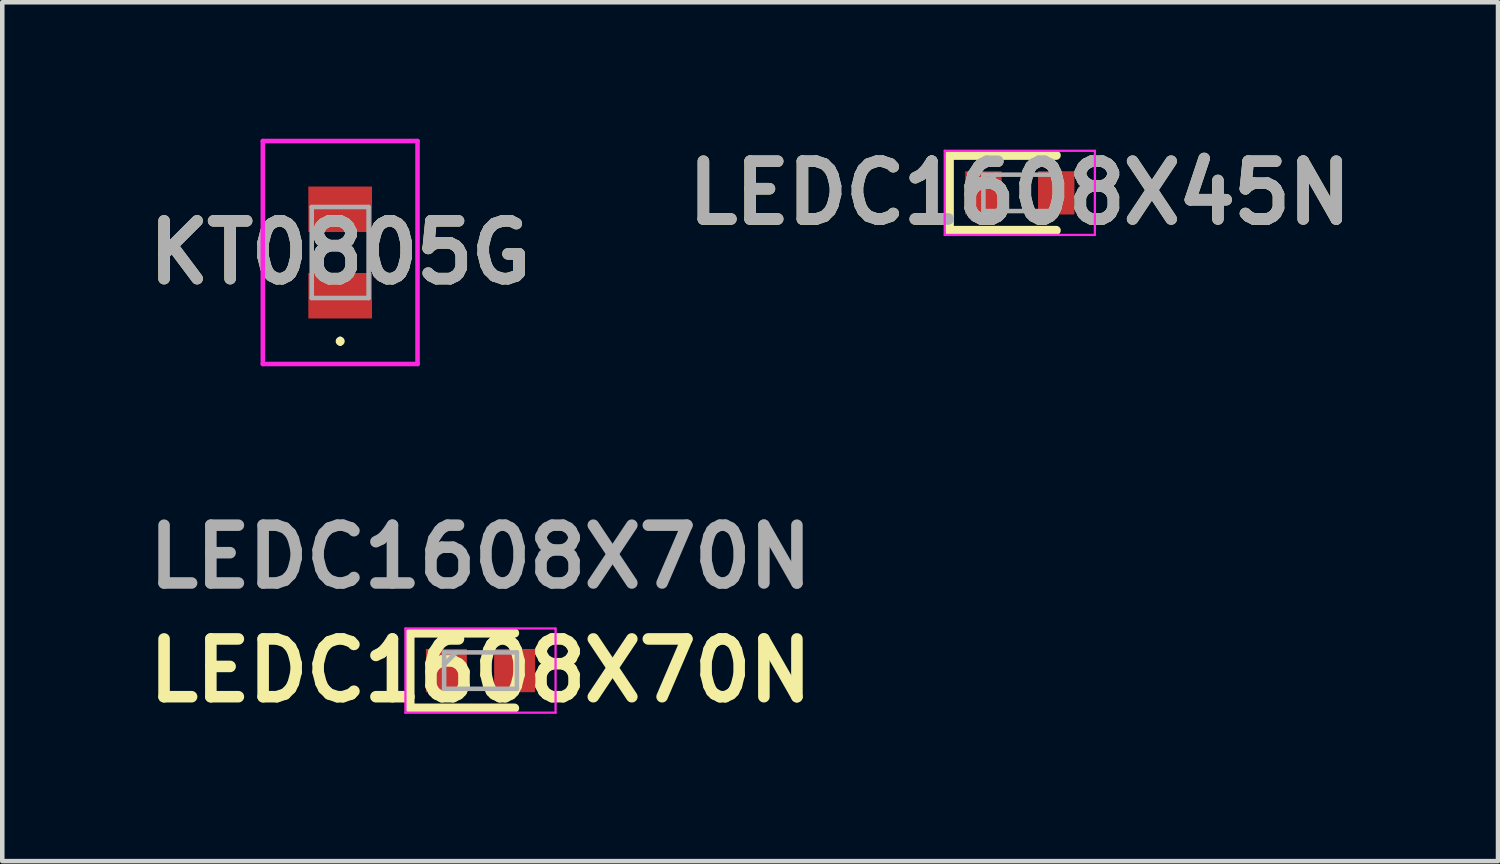
<source format=kicad_pcb>
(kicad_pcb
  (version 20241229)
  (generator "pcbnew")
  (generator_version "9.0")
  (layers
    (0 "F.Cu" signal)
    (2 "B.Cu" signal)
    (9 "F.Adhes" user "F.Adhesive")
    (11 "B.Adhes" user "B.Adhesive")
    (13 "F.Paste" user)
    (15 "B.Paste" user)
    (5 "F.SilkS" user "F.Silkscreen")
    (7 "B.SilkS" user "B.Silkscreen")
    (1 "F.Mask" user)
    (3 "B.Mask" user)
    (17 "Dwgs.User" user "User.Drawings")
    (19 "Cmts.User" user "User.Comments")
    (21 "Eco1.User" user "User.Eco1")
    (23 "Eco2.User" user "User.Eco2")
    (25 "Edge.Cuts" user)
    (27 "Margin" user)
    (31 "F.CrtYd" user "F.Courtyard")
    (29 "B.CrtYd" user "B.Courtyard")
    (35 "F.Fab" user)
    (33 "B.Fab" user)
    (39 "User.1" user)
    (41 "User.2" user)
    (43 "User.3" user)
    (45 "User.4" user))
  (footprint "LEDC1608X70N"
    (layer "F.Cu")
    (at 7.511 11.689)
    (property "Reference" "LEDC1608X70N" (at 0 0 0) (layer "F.SilkS") (effects (font (size 1.27 1.27) (thickness 0.254))))
    (attr smd)
    (fp_line (start -1.55 -0.825) (end -1.55 0.825) (stroke (width 0.2) (type solid)) (layer "F.SilkS"))
    (fp_line (start -1.55 0.825) (end 0.75 0.825) (stroke (width 0.2) (type solid)) (layer "F.SilkS"))
    (fp_line (start 0.75 -0.825) (end -1.55 -0.825) (stroke (width 0.2) (type solid)) (layer "F.SilkS"))
    (fp_line (start -1.65 -0.925) (end 1.65 -0.925) (stroke (width 0.05) (type solid)) (layer "F.CrtYd"))
    (fp_line (start -1.65 0.925) (end -1.65 -0.925) (stroke (width 0.05) (type solid)) (layer "F.CrtYd"))
    (fp_line (start 1.65 -0.925) (end 1.65 0.925) (stroke (width 0.05) (type solid)) (layer "F.CrtYd"))
    (fp_line (start 1.65 0.925) (end -1.65 0.925) (stroke (width 0.05) (type solid)) (layer "F.CrtYd"))
    (fp_line (start -0.8 -0.4) (end 0.8 -0.4) (stroke (width 0.1) (type solid)) (layer "F.Fab"))
    (fp_line (start -0.8 -0.133) (end -0.533 -0.4) (stroke (width 0.1) (type solid)) (layer "F.Fab"))
    (fp_line (start -0.8 0.4) (end -0.8 -0.4) (stroke (width 0.1) (type solid)) (layer "F.Fab"))
    (fp_line (start 0.8 -0.4) (end 0.8 0.4) (stroke (width 0.1) (type solid)) (layer "F.Fab"))
    (fp_line (start 0.8 0.4) (end -0.8 0.4) (stroke (width 0.1) (type solid)) (layer "F.Fab"))
    (fp_text user "${REFERENCE}" (at 0 -2.5 0) (layer "F.Fab") (effects (font (size 1.27 1.27) (thickness 0.254))))
    (pad "1" smd rect (at -0.75 0) (size 0.9 0.95) (layers "F.Cu" "F.Mask" "F.Paste"))
    (pad "2" smd rect (at 0.75 0) (size 0.9 0.95) (layers "F.Cu" "F.Mask" "F.Paste")))
  (footprint "KT0805G"
    (layer "F.Cu")
    (at 4.427 2.5)
    (property "Reference" "KT0805G" (at 0 0 0) (layer "F.SilkS") (effects (font (size 1.27 1.27) (thickness 0.254))))
    (attr smd)
    (fp_line (start 0 1.9) (end 0 1.9) (stroke (width 0.1) (type solid)) (layer "F.SilkS"))
    (fp_line (start 0 2) (end 0 2) (stroke (width 0.1) (type solid)) (layer "F.SilkS"))
    (fp_arc (start 0 1.9) (mid 0.05 1.95) (end 0 2) (stroke (width 0.1) (type solid)) (layer "F.SilkS"))
    (fp_arc (start 0 2) (mid -0.05 1.95) (end 0 1.9) (stroke (width 0.1) (type solid)) (layer "F.SilkS"))
    (fp_line (start -1.7 -2.45) (end 1.7 -2.45) (stroke (width 0.1) (type solid)) (layer "F.CrtYd"))
    (fp_line (start -1.7 2.45) (end -1.7 -2.45) (stroke (width 0.1) (type solid)) (layer "F.CrtYd"))
    (fp_line (start 1.7 -2.45) (end 1.7 2.45) (stroke (width 0.1) (type solid)) (layer "F.CrtYd"))
    (fp_line (start 1.7 2.45) (end -1.7 2.45) (stroke (width 0.1) (type solid)) (layer "F.CrtYd"))
    (fp_line (start -0.625 -1) (end 0.625 -1) (stroke (width 0.1) (type solid)) (layer "F.Fab"))
    (fp_line (start -0.625 1) (end -0.625 -1) (stroke (width 0.1) (type solid)) (layer "F.Fab"))
    (fp_line (start 0.625 -1) (end 0.625 1) (stroke (width 0.1) (type solid)) (layer "F.Fab"))
    (fp_line (start 0.625 1) (end -0.625 1) (stroke (width 0.1) (type solid)) (layer "F.Fab"))
    (fp_text user "${REFERENCE}" (at 0 0 0) (layer "F.Fab") (effects (font (size 1.27 1.27) (thickness 0.254))))
    (pad "1" smd rect (at 0 0.95 90) (size 1 1.4) (layers "F.Cu" "F.Mask" "F.Paste"))
    (pad "2" smd rect (at 0 -0.95 90) (size 1 1.4) (layers "F.Cu" "F.Mask" "F.Paste")))
  (footprint "LEDC1608X45N"
    (layer "F.Cu")
    (at 19.365 1.189)
    (property "Reference" "LEDC1608X45N" (at 0 0 0) (layer "F.SilkS") (effects (font (size 1.27 1.27) (thickness 0.254))))
    (attr smd)
    (fp_line (start -1.55 -0.825) (end -1.55 0.825) (stroke (width 0.2) (type solid)) (layer "F.SilkS"))
    (fp_line (start -1.55 0.825) (end 0.8 0.825) (stroke (width 0.2) (type solid)) (layer "F.SilkS"))
    (fp_line (start 0.8 -0.825) (end -1.55 -0.825) (stroke (width 0.2) (type solid)) (layer "F.SilkS"))
    (fp_line (start -1.65 -0.925) (end 1.65 -0.925) (stroke (width 0.05) (type solid)) (layer "F.CrtYd"))
    (fp_line (start -1.65 0.925) (end -1.65 -0.925) (stroke (width 0.05) (type solid)) (layer "F.CrtYd"))
    (fp_line (start 1.65 -0.925) (end 1.65 0.925) (stroke (width 0.05) (type solid)) (layer "F.CrtYd"))
    (fp_line (start 1.65 0.925) (end -1.65 0.925) (stroke (width 0.05) (type solid)) (layer "F.CrtYd"))
    (fp_line (start -0.8 -0.4) (end 0.8 -0.4) (stroke (width 0.1) (type solid)) (layer "F.Fab"))
    (fp_line (start -0.8 -0.133) (end -0.533 -0.4) (stroke (width 0.1) (type solid)) (layer "F.Fab"))
    (fp_line (start -0.8 0.4) (end -0.8 -0.4) (stroke (width 0.1) (type solid)) (layer "F.Fab"))
    (fp_line (start 0.8 -0.4) (end 0.8 0.4) (stroke (width 0.1) (type solid)) (layer "F.Fab"))
    (fp_line (start 0.8 0.4) (end -0.8 0.4) (stroke (width 0.1) (type solid)) (layer "F.Fab"))
    (fp_text user "${REFERENCE}" (at 0 0 0) (layer "F.Fab") (effects (font (size 1.27 1.27) (thickness 0.254))))
    (pad "1" smd rect (at -0.8 0) (size 0.8 0.95) (layers "F.Cu" "F.Mask" "F.Paste"))
    (pad "2" smd rect (at 0.8 0) (size 0.8 0.95) (layers "F.Cu" "F.Mask" "F.Paste")))
  (gr_rect
    (start -3 -3)
    (end 29.876 15.877)
    (stroke (width 0.1) (type default))
    (fill no)
    (layer "Edge.Cuts")))
</source>
